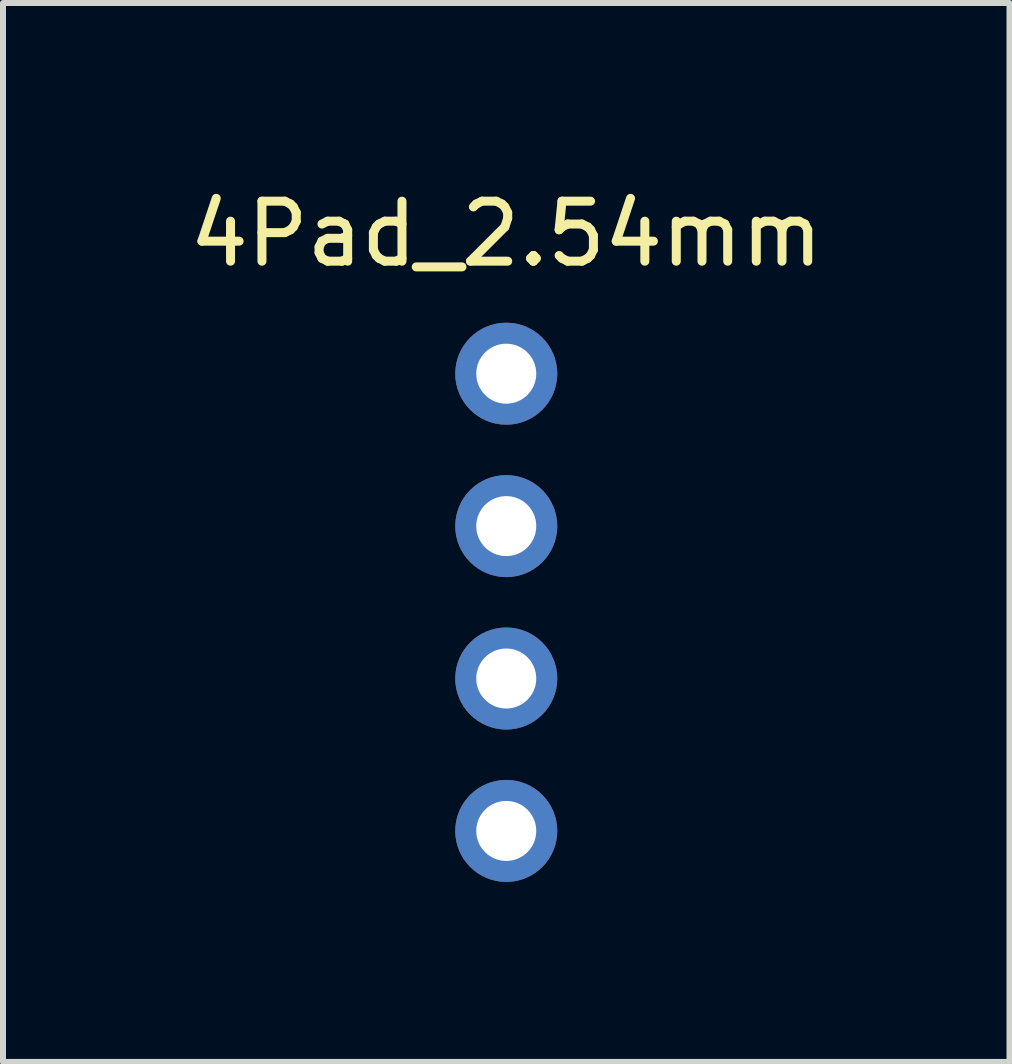
<source format=kicad_pcb>
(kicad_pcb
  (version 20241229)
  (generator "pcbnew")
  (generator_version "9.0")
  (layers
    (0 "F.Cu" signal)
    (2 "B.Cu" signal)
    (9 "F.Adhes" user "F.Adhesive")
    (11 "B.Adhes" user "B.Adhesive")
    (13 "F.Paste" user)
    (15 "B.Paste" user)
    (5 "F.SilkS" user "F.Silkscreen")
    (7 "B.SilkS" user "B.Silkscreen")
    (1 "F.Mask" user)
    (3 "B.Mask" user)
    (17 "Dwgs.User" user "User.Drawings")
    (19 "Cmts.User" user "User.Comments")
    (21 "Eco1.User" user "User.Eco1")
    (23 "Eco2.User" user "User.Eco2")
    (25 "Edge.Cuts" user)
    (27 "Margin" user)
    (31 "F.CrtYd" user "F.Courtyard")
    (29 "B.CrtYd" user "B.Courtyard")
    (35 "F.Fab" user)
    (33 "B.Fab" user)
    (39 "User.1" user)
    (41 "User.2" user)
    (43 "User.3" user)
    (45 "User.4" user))
  (footprint "4Pad_2.54mm"
    (layer "F.Cu")
    (at 5.387 3.178)
    (property "Reference" "4Pad_2.54mm" (at 0 -2.33 0) (layer "F.SilkS") (effects (font (size 1 1) (thickness 0.15))))
    (attr through_hole)
    (pad "1" thru_hole oval (at 0 0) (size 1.7 1.7) (drill 1) (layers "*.Cu" "*.Mask"))
    (pad "2" thru_hole circle (at 0 2.54) (size 1.7 1.7) (drill 1) (layers "*.Cu" "*.Mask"))
    (pad "3" thru_hole circle (at 0 5.08) (size 1.7 1.7) (drill 1) (layers "*.Cu" "*.Mask"))
    (pad "4" thru_hole circle (at 0 7.62) (size 1.7 1.7) (drill 1) (layers "*.Cu" "*.Mask")))
  (gr_rect
    (start -3 -3)
    (end 13.774 14.648)
    (stroke (width 0.1) (type default))
    (fill no)
    (layer "Edge.Cuts")))
</source>
